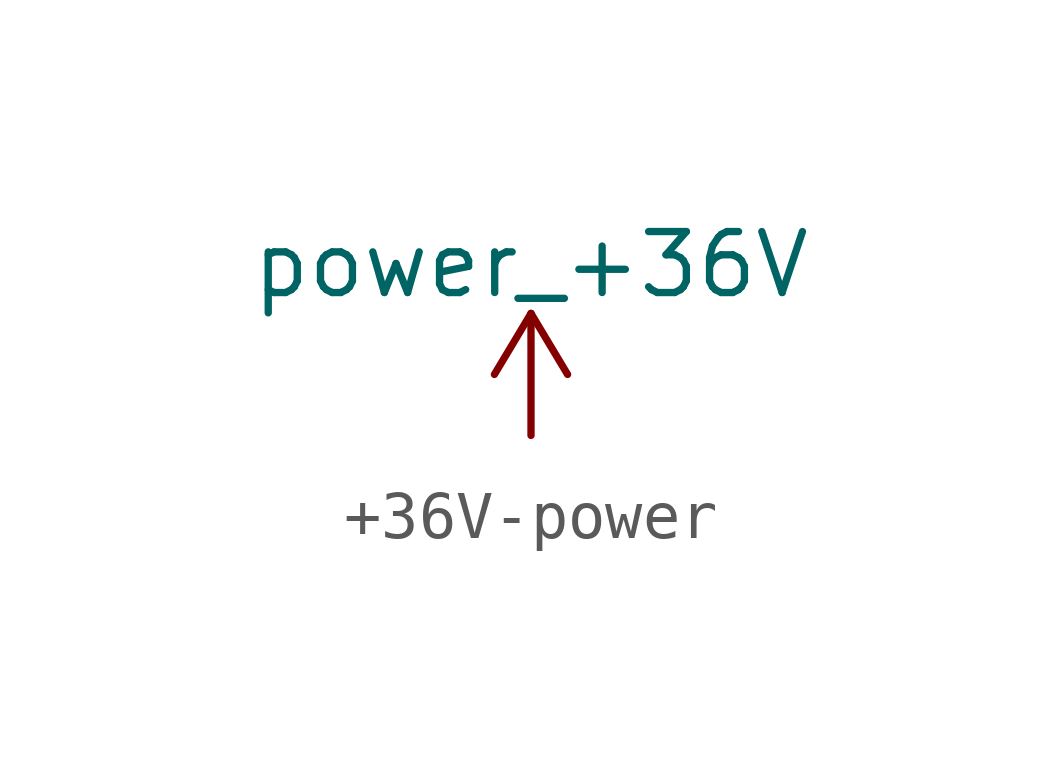
<source format=kicad_sym>
(kicad_symbol_lib
  (version 20231120)
  (generator "kicad_symbol_editor")
  (generator_version "8.0")
  (symbol "+36V-power"
    (power)
    (pin_names
      (offset 0))
    (property "Reference" "#PWR"
      (at 0 -3.81 0)
      (effects (font (size 1.27 1.27)) (hide yes)))
    (property "Value" "power_+36V"
      (at 0 3.556 0)
      (effects (font (size 1.27 1.27))))
    (symbol "+36V-power_0_1"
      (polyline (pts (xy -0.762 1.27) (xy 0 2.54)) (stroke (width 0) (type solid)) (fill (type none)))
      (polyline (pts (xy 0 0) (xy 0 2.54)) (stroke (width 0) (type solid)) (fill (type none)))
      (polyline (pts (xy 0 2.54) (xy 0.762 1.27)) (stroke (width 0) (type solid)) (fill (type none))))
    (symbol "+36V-power_1_1"
      (pin power_in line (at 0 0 90) (length 0) hide (name "+36V" (effects (font (size 1.27 1.27)))) (number "1" (effects (font (size 1.27 1.27))))))))
</source>
